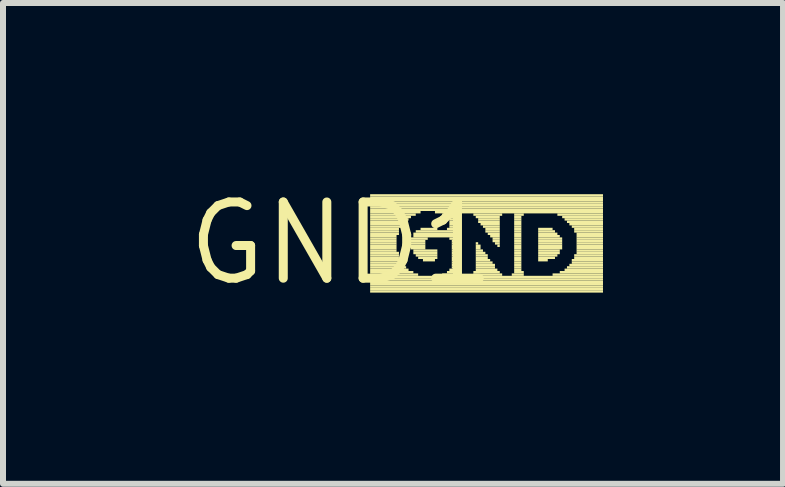
<source format=kicad_pcb>
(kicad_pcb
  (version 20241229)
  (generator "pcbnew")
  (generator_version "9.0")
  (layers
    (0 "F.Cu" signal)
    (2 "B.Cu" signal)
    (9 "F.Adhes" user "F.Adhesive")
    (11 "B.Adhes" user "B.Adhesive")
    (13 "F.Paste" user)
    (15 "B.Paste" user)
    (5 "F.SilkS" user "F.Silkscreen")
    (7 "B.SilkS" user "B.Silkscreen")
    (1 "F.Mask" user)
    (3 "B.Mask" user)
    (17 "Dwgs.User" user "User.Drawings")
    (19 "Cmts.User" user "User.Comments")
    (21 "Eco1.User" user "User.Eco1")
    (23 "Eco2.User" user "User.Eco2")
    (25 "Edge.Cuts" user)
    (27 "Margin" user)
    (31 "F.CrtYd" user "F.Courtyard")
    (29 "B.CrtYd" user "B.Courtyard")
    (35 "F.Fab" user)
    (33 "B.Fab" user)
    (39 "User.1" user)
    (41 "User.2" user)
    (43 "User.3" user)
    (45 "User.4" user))
  (footprint "GND1"
    (layer "F.Cu")
    (at 2.638 1.006)
    (property "Reference" "GND1" (at 0 0 0) (layer "F.SilkS") (effects (font (size 1.27 1.27) (thickness 0.15))))
    (attr through_hole)
    (fp_poly (pts (xy 0.48 -0.78) (xy 4.36 -0.78) (xy 4.36 -0.82) (xy 0.48 -0.82)) (stroke (width 0) (type solid)) (fill yes) (layer "F.SilkS"))
    (fp_poly (pts (xy 0.48 -0.74) (xy 4.36 -0.74) (xy 4.36 -0.78) (xy 0.48 -0.78)) (stroke (width 0) (type solid)) (fill yes) (layer "F.SilkS"))
    (fp_poly (pts (xy 0.48 -0.7) (xy 4.36 -0.7) (xy 4.36 -0.74) (xy 0.48 -0.74)) (stroke (width 0) (type solid)) (fill yes) (layer "F.SilkS"))
    (fp_poly (pts (xy 0.48 -0.66) (xy 4.36 -0.66) (xy 4.36 -0.7) (xy 0.48 -0.7)) (stroke (width 0) (type solid)) (fill yes) (layer "F.SilkS"))
    (fp_poly (pts (xy 0.48 -0.62) (xy 4.36 -0.62) (xy 4.36 -0.66) (xy 0.48 -0.66)) (stroke (width 0) (type solid)) (fill yes) (layer "F.SilkS"))
    (fp_poly (pts (xy 0.48 -0.58) (xy 4.36 -0.58) (xy 4.36 -0.62) (xy 0.48 -0.62)) (stroke (width 0) (type solid)) (fill yes) (layer "F.SilkS"))
    (fp_poly (pts (xy 0.48 -0.54) (xy 4.36 -0.54) (xy 4.36 -0.58) (xy 0.48 -0.58)) (stroke (width 0) (type solid)) (fill yes) (layer "F.SilkS"))
    (fp_poly (pts (xy 0.48 -0.5) (xy 1.32 -0.5) (xy 1.32 -0.54) (xy 0.48 -0.54)) (stroke (width 0) (type solid)) (fill yes) (layer "F.SilkS"))
    (fp_poly (pts (xy 0.48 -0.46) (xy 1.24 -0.46) (xy 1.24 -0.5) (xy 0.48 -0.5)) (stroke (width 0) (type solid)) (fill yes) (layer "F.SilkS"))
    (fp_poly (pts (xy 0.48 -0.42) (xy 1.16 -0.42) (xy 1.16 -0.46) (xy 0.48 -0.46)) (stroke (width 0) (type solid)) (fill yes) (layer "F.SilkS"))
    (fp_poly (pts (xy 0.48 -0.38) (xy 1.12 -0.38) (xy 1.12 -0.42) (xy 0.48 -0.42)) (stroke (width 0) (type solid)) (fill yes) (layer "F.SilkS"))
    (fp_poly (pts (xy 0.48 -0.34) (xy 1.04 -0.34) (xy 1.04 -0.38) (xy 0.48 -0.38)) (stroke (width 0) (type solid)) (fill yes) (layer "F.SilkS"))
    (fp_poly (pts (xy 0.48 -0.3) (xy 1.04 -0.3) (xy 1.04 -0.34) (xy 0.48 -0.34)) (stroke (width 0) (type solid)) (fill yes) (layer "F.SilkS"))
    (fp_poly (pts (xy 0.48 -0.26) (xy 1 -0.26) (xy 1 -0.3) (xy 0.48 -0.3)) (stroke (width 0) (type solid)) (fill yes) (layer "F.SilkS"))
    (fp_poly (pts (xy 0.48 -0.22) (xy 0.96 -0.22) (xy 0.96 -0.26) (xy 0.48 -0.26)) (stroke (width 0) (type solid)) (fill yes) (layer "F.SilkS"))
    (fp_poly (pts (xy 0.48 -0.18) (xy 0.96 -0.18) (xy 0.96 -0.22) (xy 0.48 -0.22)) (stroke (width 0) (type solid)) (fill yes) (layer "F.SilkS"))
    (fp_poly (pts (xy 0.48 -0.14) (xy 0.96 -0.14) (xy 0.96 -0.18) (xy 0.48 -0.18)) (stroke (width 0) (type solid)) (fill yes) (layer "F.SilkS"))
    (fp_poly (pts (xy 0.48 -0.1) (xy 0.92 -0.1) (xy 0.92 -0.14) (xy 0.48 -0.14)) (stroke (width 0) (type solid)) (fill yes) (layer "F.SilkS"))
    (fp_poly (pts (xy 0.48 -0.06) (xy 0.92 -0.06) (xy 0.92 -0.1) (xy 0.48 -0.1)) (stroke (width 0) (type solid)) (fill yes) (layer "F.SilkS"))
    (fp_poly (pts (xy 0.48 -0.02) (xy 0.92 -0.02) (xy 0.92 -0.06) (xy 0.48 -0.06)) (stroke (width 0) (type solid)) (fill yes) (layer "F.SilkS"))
    (fp_poly (pts (xy 0.48 0.02) (xy 0.92 0.02) (xy 0.92 -0.02) (xy 0.48 -0.02)) (stroke (width 0) (type solid)) (fill yes) (layer "F.SilkS"))
    (fp_poly (pts (xy 0.48 0.06) (xy 0.92 0.06) (xy 0.92 0.02) (xy 0.48 0.02)) (stroke (width 0) (type solid)) (fill yes) (layer "F.SilkS"))
    (fp_poly (pts (xy 0.48 0.1) (xy 0.92 0.1) (xy 0.92 0.06) (xy 0.48 0.06)) (stroke (width 0) (type solid)) (fill yes) (layer "F.SilkS"))
    (fp_poly (pts (xy 0.48 0.14) (xy 0.92 0.14) (xy 0.92 0.1) (xy 0.48 0.1)) (stroke (width 0) (type solid)) (fill yes) (layer "F.SilkS"))
    (fp_poly (pts (xy 0.48 0.18) (xy 0.96 0.18) (xy 0.96 0.14) (xy 0.48 0.14)) (stroke (width 0) (type solid)) (fill yes) (layer "F.SilkS"))
    (fp_poly (pts (xy 0.48 0.22) (xy 0.96 0.22) (xy 0.96 0.18) (xy 0.48 0.18)) (stroke (width 0) (type solid)) (fill yes) (layer "F.SilkS"))
    (fp_poly (pts (xy 0.48 0.26) (xy 0.96 0.26) (xy 0.96 0.22) (xy 0.48 0.22)) (stroke (width 0) (type solid)) (fill yes) (layer "F.SilkS"))
    (fp_poly (pts (xy 0.48 0.3) (xy 1 0.3) (xy 1 0.26) (xy 0.48 0.26)) (stroke (width 0) (type solid)) (fill yes) (layer "F.SilkS"))
    (fp_poly (pts (xy 0.48 0.34) (xy 1 0.34) (xy 1 0.3) (xy 0.48 0.3)) (stroke (width 0) (type solid)) (fill yes) (layer "F.SilkS"))
    (fp_poly (pts (xy 0.48 0.38) (xy 1.04 0.38) (xy 1.04 0.34) (xy 0.48 0.34)) (stroke (width 0) (type solid)) (fill yes) (layer "F.SilkS"))
    (fp_poly (pts (xy 0.48 0.42) (xy 1.08 0.42) (xy 1.08 0.38) (xy 0.48 0.38)) (stroke (width 0) (type solid)) (fill yes) (layer "F.SilkS"))
    (fp_poly (pts (xy 0.48 0.46) (xy 1.12 0.46) (xy 1.12 0.42) (xy 0.48 0.42)) (stroke (width 0) (type solid)) (fill yes) (layer "F.SilkS"))
    (fp_poly (pts (xy 0.48 0.5) (xy 1.2 0.5) (xy 1.2 0.46) (xy 0.48 0.46)) (stroke (width 0) (type solid)) (fill yes) (layer "F.SilkS"))
    (fp_poly (pts (xy 0.48 0.54) (xy 1.28 0.54) (xy 1.28 0.5) (xy 0.48 0.5)) (stroke (width 0) (type solid)) (fill yes) (layer "F.SilkS"))
    (fp_poly (pts (xy 0.48 0.58) (xy 4.36 0.58) (xy 4.36 0.54) (xy 0.48 0.54)) (stroke (width 0) (type solid)) (fill yes) (layer "F.SilkS"))
    (fp_poly (pts (xy 0.48 0.62) (xy 4.36 0.62) (xy 4.36 0.58) (xy 0.48 0.58)) (stroke (width 0) (type solid)) (fill yes) (layer "F.SilkS"))
    (fp_poly (pts (xy 0.48 0.66) (xy 4.36 0.66) (xy 4.36 0.62) (xy 0.48 0.62)) (stroke (width 0) (type solid)) (fill yes) (layer "F.SilkS"))
    (fp_poly (pts (xy 0.48 0.7) (xy 4.36 0.7) (xy 4.36 0.66) (xy 0.48 0.66)) (stroke (width 0) (type solid)) (fill yes) (layer "F.SilkS"))
    (fp_poly (pts (xy 0.48 0.74) (xy 4.36 0.74) (xy 4.36 0.7) (xy 0.48 0.7)) (stroke (width 0) (type solid)) (fill yes) (layer "F.SilkS"))
    (fp_poly (pts (xy 0.48 0.78) (xy 4.36 0.78) (xy 4.36 0.74) (xy 0.48 0.74)) (stroke (width 0) (type solid)) (fill yes) (layer "F.SilkS"))
    (fp_poly (pts (xy 0.48 0.82) (xy 4.36 0.82) (xy 4.36 0.78) (xy 0.48 0.78)) (stroke (width 0) (type solid)) (fill yes) (layer "F.SilkS"))
    (fp_poly (pts (xy 1.16 -0.06) (xy 1.44 -0.06) (xy 1.44 -0.1) (xy 1.16 -0.1)) (stroke (width 0) (type solid)) (fill yes) (layer "F.SilkS"))
    (fp_poly (pts (xy 1.16 -0.02) (xy 1.4 -0.02) (xy 1.4 -0.06) (xy 1.16 -0.06)) (stroke (width 0) (type solid)) (fill yes) (layer "F.SilkS"))
    (fp_poly (pts (xy 1.16 0.02) (xy 1.4 0.02) (xy 1.4 -0.02) (xy 1.16 -0.02)) (stroke (width 0) (type solid)) (fill yes) (layer "F.SilkS"))
    (fp_poly (pts (xy 1.16 0.06) (xy 1.4 0.06) (xy 1.4 0.02) (xy 1.16 0.02)) (stroke (width 0) (type solid)) (fill yes) (layer "F.SilkS"))
    (fp_poly (pts (xy 1.16 0.1) (xy 1.4 0.1) (xy 1.4 0.06) (xy 1.16 0.06)) (stroke (width 0) (type solid)) (fill yes) (layer "F.SilkS"))
    (fp_poly (pts (xy 1.2 -0.14) (xy 1.96 -0.14) (xy 1.96 -0.18) (xy 1.2 -0.18)) (stroke (width 0) (type solid)) (fill yes) (layer "F.SilkS"))
    (fp_poly (pts (xy 1.2 -0.1) (xy 1.96 -0.1) (xy 1.96 -0.14) (xy 1.2 -0.14)) (stroke (width 0) (type solid)) (fill yes) (layer "F.SilkS"))
    (fp_poly (pts (xy 1.2 0.14) (xy 1.6 0.14) (xy 1.6 0.1) (xy 1.2 0.1)) (stroke (width 0) (type solid)) (fill yes) (layer "F.SilkS"))
    (fp_poly (pts (xy 1.2 0.18) (xy 1.6 0.18) (xy 1.6 0.14) (xy 1.2 0.14)) (stroke (width 0) (type solid)) (fill yes) (layer "F.SilkS"))
    (fp_poly (pts (xy 1.24 -0.18) (xy 1.96 -0.18) (xy 1.96 -0.22) (xy 1.24 -0.22)) (stroke (width 0) (type solid)) (fill yes) (layer "F.SilkS"))
    (fp_poly (pts (xy 1.24 0.22) (xy 1.6 0.22) (xy 1.6 0.18) (xy 1.24 0.18)) (stroke (width 0) (type solid)) (fill yes) (layer "F.SilkS"))
    (fp_poly (pts (xy 1.28 0.26) (xy 1.6 0.26) (xy 1.6 0.22) (xy 1.28 0.22)) (stroke (width 0) (type solid)) (fill yes) (layer "F.SilkS"))
    (fp_poly (pts (xy 1.32 -0.22) (xy 1.6 -0.22) (xy 1.6 -0.26) (xy 1.32 -0.26)) (stroke (width 0) (type solid)) (fill yes) (layer "F.SilkS"))
    (fp_poly (pts (xy 1.36 0.3) (xy 1.56 0.3) (xy 1.56 0.26) (xy 1.36 0.26)) (stroke (width 0) (type solid)) (fill yes) (layer "F.SilkS"))
    (fp_poly (pts (xy 1.56 -0.5) (xy 4.36 -0.5) (xy 4.36 -0.54) (xy 1.56 -0.54)) (stroke (width 0) (type solid)) (fill yes) (layer "F.SilkS"))
    (fp_poly (pts (xy 1.68 -0.46) (xy 2 -0.46) (xy 2 -0.5) (xy 1.68 -0.5)) (stroke (width 0) (type solid)) (fill yes) (layer "F.SilkS"))
    (fp_poly (pts (xy 1.68 0.54) (xy 2 0.54) (xy 2 0.5) (xy 1.68 0.5)) (stroke (width 0) (type solid)) (fill yes) (layer "F.SilkS"))
    (fp_poly (pts (xy 1.76 -0.42) (xy 1.96 -0.42) (xy 1.96 -0.46) (xy 1.76 -0.46)) (stroke (width 0) (type solid)) (fill yes) (layer "F.SilkS"))
    (fp_poly (pts (xy 1.76 -0.22) (xy 1.96 -0.22) (xy 1.96 -0.26) (xy 1.76 -0.26)) (stroke (width 0) (type solid)) (fill yes) (layer "F.SilkS"))
    (fp_poly (pts (xy 1.76 0.5) (xy 2 0.5) (xy 2 0.46) (xy 1.76 0.46)) (stroke (width 0) (type solid)) (fill yes) (layer "F.SilkS"))
    (fp_poly (pts (xy 1.8 -0.38) (xy 1.96 -0.38) (xy 1.96 -0.42) (xy 1.8 -0.42)) (stroke (width 0) (type solid)) (fill yes) (layer "F.SilkS"))
    (fp_poly (pts (xy 1.8 -0.34) (xy 1.96 -0.34) (xy 1.96 -0.38) (xy 1.8 -0.38)) (stroke (width 0) (type solid)) (fill yes) (layer "F.SilkS"))
    (fp_poly (pts (xy 1.8 -0.3) (xy 1.96 -0.3) (xy 1.96 -0.34) (xy 1.8 -0.34)) (stroke (width 0) (type solid)) (fill yes) (layer "F.SilkS"))
    (fp_poly (pts (xy 1.8 -0.26) (xy 1.96 -0.26) (xy 1.96 -0.3) (xy 1.8 -0.3)) (stroke (width 0) (type solid)) (fill yes) (layer "F.SilkS"))
    (fp_poly (pts (xy 1.8 -0.06) (xy 1.96 -0.06) (xy 1.96 -0.1) (xy 1.8 -0.1)) (stroke (width 0) (type solid)) (fill yes) (layer "F.SilkS"))
    (fp_poly (pts (xy 1.8 0.46) (xy 1.96 0.46) (xy 1.96 0.42) (xy 1.8 0.42)) (stroke (width 0) (type solid)) (fill yes) (layer "F.SilkS"))
    (fp_poly (pts (xy 1.84 -0.02) (xy 1.96 -0.02) (xy 1.96 -0.06) (xy 1.84 -0.06)) (stroke (width 0) (type solid)) (fill yes) (layer "F.SilkS"))
    (fp_poly (pts (xy 1.84 0.02) (xy 1.96 0.02) (xy 1.96 -0.02) (xy 1.84 -0.02)) (stroke (width 0) (type solid)) (fill yes) (layer "F.SilkS"))
    (fp_poly (pts (xy 1.84 0.06) (xy 1.96 0.06) (xy 1.96 0.02) (xy 1.84 0.02)) (stroke (width 0) (type solid)) (fill yes) (layer "F.SilkS"))
    (fp_poly (pts (xy 1.84 0.1) (xy 1.96 0.1) (xy 1.96 0.06) (xy 1.84 0.06)) (stroke (width 0) (type solid)) (fill yes) (layer "F.SilkS"))
    (fp_poly (pts (xy 1.84 0.14) (xy 1.96 0.14) (xy 1.96 0.1) (xy 1.84 0.1)) (stroke (width 0) (type solid)) (fill yes) (layer "F.SilkS"))
    (fp_poly (pts (xy 1.84 0.18) (xy 1.96 0.18) (xy 1.96 0.14) (xy 1.84 0.14)) (stroke (width 0) (type solid)) (fill yes) (layer "F.SilkS"))
    (fp_poly (pts (xy 1.84 0.22) (xy 1.96 0.22) (xy 1.96 0.18) (xy 1.84 0.18)) (stroke (width 0) (type solid)) (fill yes) (layer "F.SilkS"))
    (fp_poly (pts (xy 1.84 0.26) (xy 1.96 0.26) (xy 1.96 0.22) (xy 1.84 0.22)) (stroke (width 0) (type solid)) (fill yes) (layer "F.SilkS"))
    (fp_poly (pts (xy 1.84 0.3) (xy 1.96 0.3) (xy 1.96 0.26) (xy 1.84 0.26)) (stroke (width 0) (type solid)) (fill yes) (layer "F.SilkS"))
    (fp_poly (pts (xy 1.84 0.34) (xy 1.96 0.34) (xy 1.96 0.3) (xy 1.84 0.3)) (stroke (width 0) (type solid)) (fill yes) (layer "F.SilkS"))
    (fp_poly (pts (xy 1.84 0.38) (xy 1.96 0.38) (xy 1.96 0.34) (xy 1.84 0.34)) (stroke (width 0) (type solid)) (fill yes) (layer "F.SilkS"))
    (fp_poly (pts (xy 1.84 0.42) (xy 1.96 0.42) (xy 1.96 0.38) (xy 1.84 0.38)) (stroke (width 0) (type solid)) (fill yes) (layer "F.SilkS"))
    (fp_poly (pts (xy 2.2 -0.46) (xy 2.68 -0.46) (xy 2.68 -0.5) (xy 2.2 -0.5)) (stroke (width 0) (type solid)) (fill yes) (layer "F.SilkS"))
    (fp_poly (pts (xy 2.2 0.5) (xy 2.64 0.5) (xy 2.64 0.46) (xy 2.2 0.46)) (stroke (width 0) (type solid)) (fill yes) (layer "F.SilkS"))
    (fp_poly (pts (xy 2.2 0.54) (xy 2.68 0.54) (xy 2.68 0.5) (xy 2.2 0.5)) (stroke (width 0) (type solid)) (fill yes) (layer "F.SilkS"))
    (fp_poly (pts (xy 2.24 -0.42) (xy 2.64 -0.42) (xy 2.64 -0.46) (xy 2.24 -0.46)) (stroke (width 0) (type solid)) (fill yes) (layer "F.SilkS"))
    (fp_poly (pts (xy 2.24 0.02) (xy 2.28 0.02) (xy 2.28 -0.02) (xy 2.24 -0.02)) (stroke (width 0) (type solid)) (fill yes) (layer "F.SilkS"))
    (fp_poly (pts (xy 2.24 0.06) (xy 2.32 0.06) (xy 2.32 0.02) (xy 2.24 0.02)) (stroke (width 0) (type solid)) (fill yes) (layer "F.SilkS"))
    (fp_poly (pts (xy 2.24 0.1) (xy 2.32 0.1) (xy 2.32 0.06) (xy 2.24 0.06)) (stroke (width 0) (type solid)) (fill yes) (layer "F.SilkS"))
    (fp_poly (pts (xy 2.24 0.14) (xy 2.36 0.14) (xy 2.36 0.1) (xy 2.24 0.1)) (stroke (width 0) (type solid)) (fill yes) (layer "F.SilkS"))
    (fp_poly (pts (xy 2.24 0.18) (xy 2.4 0.18) (xy 2.4 0.14) (xy 2.24 0.14)) (stroke (width 0) (type solid)) (fill yes) (layer "F.SilkS"))
    (fp_poly (pts (xy 2.24 0.22) (xy 2.44 0.22) (xy 2.44 0.18) (xy 2.24 0.18)) (stroke (width 0) (type solid)) (fill yes) (layer "F.SilkS"))
    (fp_poly (pts (xy 2.24 0.26) (xy 2.44 0.26) (xy 2.44 0.22) (xy 2.24 0.22)) (stroke (width 0) (type solid)) (fill yes) (layer "F.SilkS"))
    (fp_poly (pts (xy 2.24 0.3) (xy 2.48 0.3) (xy 2.48 0.26) (xy 2.24 0.26)) (stroke (width 0) (type solid)) (fill yes) (layer "F.SilkS"))
    (fp_poly (pts (xy 2.24 0.34) (xy 2.52 0.34) (xy 2.52 0.3) (xy 2.24 0.3)) (stroke (width 0) (type solid)) (fill yes) (layer "F.SilkS"))
    (fp_poly (pts (xy 2.24 0.38) (xy 2.56 0.38) (xy 2.56 0.34) (xy 2.24 0.34)) (stroke (width 0) (type solid)) (fill yes) (layer "F.SilkS"))
    (fp_poly (pts (xy 2.24 0.42) (xy 2.56 0.42) (xy 2.56 0.38) (xy 2.24 0.38)) (stroke (width 0) (type solid)) (fill yes) (layer "F.SilkS"))
    (fp_poly (pts (xy 2.24 0.46) (xy 2.6 0.46) (xy 2.6 0.42) (xy 2.24 0.42)) (stroke (width 0) (type solid)) (fill yes) (layer "F.SilkS"))
    (fp_poly (pts (xy 2.28 -0.38) (xy 2.64 -0.38) (xy 2.64 -0.42) (xy 2.28 -0.42)) (stroke (width 0) (type solid)) (fill yes) (layer "F.SilkS"))
    (fp_poly (pts (xy 2.28 -0.34) (xy 2.64 -0.34) (xy 2.64 -0.38) (xy 2.28 -0.38)) (stroke (width 0) (type solid)) (fill yes) (layer "F.SilkS"))
    (fp_poly (pts (xy 2.32 -0.3) (xy 2.64 -0.3) (xy 2.64 -0.34) (xy 2.32 -0.34)) (stroke (width 0) (type solid)) (fill yes) (layer "F.SilkS"))
    (fp_poly (pts (xy 2.36 -0.26) (xy 2.64 -0.26) (xy 2.64 -0.3) (xy 2.36 -0.3)) (stroke (width 0) (type solid)) (fill yes) (layer "F.SilkS"))
    (fp_poly (pts (xy 2.4 -0.22) (xy 2.64 -0.22) (xy 2.64 -0.26) (xy 2.4 -0.26)) (stroke (width 0) (type solid)) (fill yes) (layer "F.SilkS"))
    (fp_poly (pts (xy 2.4 -0.18) (xy 2.64 -0.18) (xy 2.64 -0.22) (xy 2.4 -0.22)) (stroke (width 0) (type solid)) (fill yes) (layer "F.SilkS"))
    (fp_poly (pts (xy 2.44 -0.14) (xy 2.64 -0.14) (xy 2.64 -0.18) (xy 2.44 -0.18)) (stroke (width 0) (type solid)) (fill yes) (layer "F.SilkS"))
    (fp_poly (pts (xy 2.48 -0.1) (xy 2.64 -0.1) (xy 2.64 -0.14) (xy 2.48 -0.14)) (stroke (width 0) (type solid)) (fill yes) (layer "F.SilkS"))
    (fp_poly (pts (xy 2.52 -0.06) (xy 2.64 -0.06) (xy 2.64 -0.1) (xy 2.52 -0.1)) (stroke (width 0) (type solid)) (fill yes) (layer "F.SilkS"))
    (fp_poly (pts (xy 2.52 -0.02) (xy 2.64 -0.02) (xy 2.64 -0.06) (xy 2.52 -0.06)) (stroke (width 0) (type solid)) (fill yes) (layer "F.SilkS"))
    (fp_poly (pts (xy 2.56 0.02) (xy 2.64 0.02) (xy 2.64 -0.02) (xy 2.56 -0.02)) (stroke (width 0) (type solid)) (fill yes) (layer "F.SilkS"))
    (fp_poly (pts (xy 2.6 0.06) (xy 2.64 0.06) (xy 2.64 0.02) (xy 2.6 0.02)) (stroke (width 0) (type solid)) (fill yes) (layer "F.SilkS"))
    (fp_poly (pts (xy 2.84 0.54) (xy 3.04 0.54) (xy 3.04 0.5) (xy 2.84 0.5)) (stroke (width 0) (type solid)) (fill yes) (layer "F.SilkS"))
    (fp_poly (pts (xy 2.88 -0.46) (xy 3.04 -0.46) (xy 3.04 -0.5) (xy 2.88 -0.5)) (stroke (width 0) (type solid)) (fill yes) (layer "F.SilkS"))
    (fp_poly (pts (xy 2.88 -0.42) (xy 3 -0.42) (xy 3 -0.46) (xy 2.88 -0.46)) (stroke (width 0) (type solid)) (fill yes) (layer "F.SilkS"))
    (fp_poly (pts (xy 2.88 -0.38) (xy 3 -0.38) (xy 3 -0.42) (xy 2.88 -0.42)) (stroke (width 0) (type solid)) (fill yes) (layer "F.SilkS"))
    (fp_poly (pts (xy 2.88 -0.34) (xy 3 -0.34) (xy 3 -0.38) (xy 2.88 -0.38)) (stroke (width 0) (type solid)) (fill yes) (layer "F.SilkS"))
    (fp_poly (pts (xy 2.88 -0.3) (xy 3 -0.3) (xy 3 -0.34) (xy 2.88 -0.34)) (stroke (width 0) (type solid)) (fill yes) (layer "F.SilkS"))
    (fp_poly (pts (xy 2.88 -0.26) (xy 3 -0.26) (xy 3 -0.3) (xy 2.88 -0.3)) (stroke (width 0) (type solid)) (fill yes) (layer "F.SilkS"))
    (fp_poly (pts (xy 2.88 -0.22) (xy 3 -0.22) (xy 3 -0.26) (xy 2.88 -0.26)) (stroke (width 0) (type solid)) (fill yes) (layer "F.SilkS"))
    (fp_poly (pts (xy 2.88 -0.18) (xy 3 -0.18) (xy 3 -0.22) (xy 2.88 -0.22)) (stroke (width 0) (type solid)) (fill yes) (layer "F.SilkS"))
    (fp_poly (pts (xy 2.88 -0.14) (xy 3 -0.14) (xy 3 -0.18) (xy 2.88 -0.18)) (stroke (width 0) (type solid)) (fill yes) (layer "F.SilkS"))
    (fp_poly (pts (xy 2.88 -0.1) (xy 3 -0.1) (xy 3 -0.14) (xy 2.88 -0.14)) (stroke (width 0) (type solid)) (fill yes) (layer "F.SilkS"))
    (fp_poly (pts (xy 2.88 -0.06) (xy 3 -0.06) (xy 3 -0.1) (xy 2.88 -0.1)) (stroke (width 0) (type solid)) (fill yes) (layer "F.SilkS"))
    (fp_poly (pts (xy 2.88 -0.02) (xy 3 -0.02) (xy 3 -0.06) (xy 2.88 -0.06)) (stroke (width 0) (type solid)) (fill yes) (layer "F.SilkS"))
    (fp_poly (pts (xy 2.88 0.02) (xy 3 0.02) (xy 3 -0.02) (xy 2.88 -0.02)) (stroke (width 0) (type solid)) (fill yes) (layer "F.SilkS"))
    (fp_poly (pts (xy 2.88 0.06) (xy 3 0.06) (xy 3 0.02) (xy 2.88 0.02)) (stroke (width 0) (type solid)) (fill yes) (layer "F.SilkS"))
    (fp_poly (pts (xy 2.88 0.1) (xy 3 0.1) (xy 3 0.06) (xy 2.88 0.06)) (stroke (width 0) (type solid)) (fill yes) (layer "F.SilkS"))
    (fp_poly (pts (xy 2.88 0.14) (xy 3 0.14) (xy 3 0.1) (xy 2.88 0.1)) (stroke (width 0) (type solid)) (fill yes) (layer "F.SilkS"))
    (fp_poly (pts (xy 2.88 0.18) (xy 3 0.18) (xy 3 0.14) (xy 2.88 0.14)) (stroke (width 0) (type solid)) (fill yes) (layer "F.SilkS"))
    (fp_poly (pts (xy 2.88 0.22) (xy 3 0.22) (xy 3 0.18) (xy 2.88 0.18)) (stroke (width 0) (type solid)) (fill yes) (layer "F.SilkS"))
    (fp_poly (pts (xy 2.88 0.26) (xy 3 0.26) (xy 3 0.22) (xy 2.88 0.22)) (stroke (width 0) (type solid)) (fill yes) (layer "F.SilkS"))
    (fp_poly (pts (xy 2.88 0.3) (xy 3 0.3) (xy 3 0.26) (xy 2.88 0.26)) (stroke (width 0) (type solid)) (fill yes) (layer "F.SilkS"))
    (fp_poly (pts (xy 2.88 0.34) (xy 3 0.34) (xy 3 0.3) (xy 2.88 0.3)) (stroke (width 0) (type solid)) (fill yes) (layer "F.SilkS"))
    (fp_poly (pts (xy 2.88 0.38) (xy 3 0.38) (xy 3 0.34) (xy 2.88 0.34)) (stroke (width 0) (type solid)) (fill yes) (layer "F.SilkS"))
    (fp_poly (pts (xy 2.88 0.42) (xy 3 0.42) (xy 3 0.38) (xy 2.88 0.38)) (stroke (width 0) (type solid)) (fill yes) (layer "F.SilkS"))
    (fp_poly (pts (xy 2.88 0.46) (xy 3 0.46) (xy 3 0.42) (xy 2.88 0.42)) (stroke (width 0) (type solid)) (fill yes) (layer "F.SilkS"))
    (fp_poly (pts (xy 2.88 0.5) (xy 3.04 0.5) (xy 3.04 0.46) (xy 2.88 0.46)) (stroke (width 0) (type solid)) (fill yes) (layer "F.SilkS"))
    (fp_poly (pts (xy 3.28 -0.22) (xy 3.52 -0.22) (xy 3.52 -0.26) (xy 3.28 -0.26)) (stroke (width 0) (type solid)) (fill yes) (layer "F.SilkS"))
    (fp_poly (pts (xy 3.28 -0.18) (xy 3.56 -0.18) (xy 3.56 -0.22) (xy 3.28 -0.22)) (stroke (width 0) (type solid)) (fill yes) (layer "F.SilkS"))
    (fp_poly (pts (xy 3.28 -0.14) (xy 3.6 -0.14) (xy 3.6 -0.18) (xy 3.28 -0.18)) (stroke (width 0) (type solid)) (fill yes) (layer "F.SilkS"))
    (fp_poly (pts (xy 3.28 -0.1) (xy 3.64 -0.1) (xy 3.64 -0.14) (xy 3.28 -0.14)) (stroke (width 0) (type solid)) (fill yes) (layer "F.SilkS"))
    (fp_poly (pts (xy 3.28 -0.06) (xy 3.68 -0.06) (xy 3.68 -0.1) (xy 3.28 -0.1)) (stroke (width 0) (type solid)) (fill yes) (layer "F.SilkS"))
    (fp_poly (pts (xy 3.28 -0.02) (xy 3.68 -0.02) (xy 3.68 -0.06) (xy 3.28 -0.06)) (stroke (width 0) (type solid)) (fill yes) (layer "F.SilkS"))
    (fp_poly (pts (xy 3.28 0.02) (xy 3.68 0.02) (xy 3.68 -0.02) (xy 3.28 -0.02)) (stroke (width 0) (type solid)) (fill yes) (layer "F.SilkS"))
    (fp_poly (pts (xy 3.28 0.06) (xy 3.68 0.06) (xy 3.68 0.02) (xy 3.28 0.02)) (stroke (width 0) (type solid)) (fill yes) (layer "F.SilkS"))
    (fp_poly (pts (xy 3.28 0.1) (xy 3.68 0.1) (xy 3.68 0.06) (xy 3.28 0.06)) (stroke (width 0) (type solid)) (fill yes) (layer "F.SilkS"))
    (fp_poly (pts (xy 3.28 0.14) (xy 3.64 0.14) (xy 3.64 0.1) (xy 3.28 0.1)) (stroke (width 0) (type solid)) (fill yes) (layer "F.SilkS"))
    (fp_poly (pts (xy 3.28 0.18) (xy 3.64 0.18) (xy 3.64 0.14) (xy 3.28 0.14)) (stroke (width 0) (type solid)) (fill yes) (layer "F.SilkS"))
    (fp_poly (pts (xy 3.28 0.22) (xy 3.6 0.22) (xy 3.6 0.18) (xy 3.28 0.18)) (stroke (width 0) (type solid)) (fill yes) (layer "F.SilkS"))
    (fp_poly (pts (xy 3.28 0.26) (xy 3.56 0.26) (xy 3.56 0.22) (xy 3.28 0.22)) (stroke (width 0) (type solid)) (fill yes) (layer "F.SilkS"))
    (fp_poly (pts (xy 3.28 0.3) (xy 3.44 0.3) (xy 3.44 0.26) (xy 3.28 0.26)) (stroke (width 0) (type solid)) (fill yes) (layer "F.SilkS"))
    (fp_poly (pts (xy 3.52 0.54) (xy 4.36 0.54) (xy 4.36 0.5) (xy 3.52 0.5)) (stroke (width 0) (type solid)) (fill yes) (layer "F.SilkS"))
    (fp_poly (pts (xy 3.6 -0.46) (xy 4.36 -0.46) (xy 4.36 -0.5) (xy 3.6 -0.5)) (stroke (width 0) (type solid)) (fill yes) (layer "F.SilkS"))
    (fp_poly (pts (xy 3.64 0.5) (xy 4.36 0.5) (xy 4.36 0.46) (xy 3.64 0.46)) (stroke (width 0) (type solid)) (fill yes) (layer "F.SilkS"))
    (fp_poly (pts (xy 3.68 -0.42) (xy 4.36 -0.42) (xy 4.36 -0.46) (xy 3.68 -0.46)) (stroke (width 0) (type solid)) (fill yes) (layer "F.SilkS"))
    (fp_poly (pts (xy 3.72 -0.38) (xy 4.36 -0.38) (xy 4.36 -0.42) (xy 3.72 -0.42)) (stroke (width 0) (type solid)) (fill yes) (layer "F.SilkS"))
    (fp_poly (pts (xy 3.72 0.46) (xy 4.36 0.46) (xy 4.36 0.42) (xy 3.72 0.42)) (stroke (width 0) (type solid)) (fill yes) (layer "F.SilkS"))
    (fp_poly (pts (xy 3.76 -0.34) (xy 4.36 -0.34) (xy 4.36 -0.38) (xy 3.76 -0.38)) (stroke (width 0) (type solid)) (fill yes) (layer "F.SilkS"))
    (fp_poly (pts (xy 3.76 0.42) (xy 4.36 0.42) (xy 4.36 0.38) (xy 3.76 0.38)) (stroke (width 0) (type solid)) (fill yes) (layer "F.SilkS"))
    (fp_poly (pts (xy 3.8 -0.3) (xy 4.36 -0.3) (xy 4.36 -0.34) (xy 3.8 -0.34)) (stroke (width 0) (type solid)) (fill yes) (layer "F.SilkS"))
    (fp_poly (pts (xy 3.8 0.38) (xy 4.36 0.38) (xy 4.36 0.34) (xy 3.8 0.34)) (stroke (width 0) (type solid)) (fill yes) (layer "F.SilkS"))
    (fp_poly (pts (xy 3.84 -0.26) (xy 4.36 -0.26) (xy 4.36 -0.3) (xy 3.84 -0.3)) (stroke (width 0) (type solid)) (fill yes) (layer "F.SilkS"))
    (fp_poly (pts (xy 3.84 0.3) (xy 4.36 0.3) (xy 4.36 0.26) (xy 3.84 0.26)) (stroke (width 0) (type solid)) (fill yes) (layer "F.SilkS"))
    (fp_poly (pts (xy 3.84 0.34) (xy 4.36 0.34) (xy 4.36 0.3) (xy 3.84 0.3)) (stroke (width 0) (type solid)) (fill yes) (layer "F.SilkS"))
    (fp_poly (pts (xy 3.88 -0.22) (xy 4.36 -0.22) (xy 4.36 -0.26) (xy 3.88 -0.26)) (stroke (width 0) (type solid)) (fill yes) (layer "F.SilkS"))
    (fp_poly (pts (xy 3.88 -0.18) (xy 4.36 -0.18) (xy 4.36 -0.22) (xy 3.88 -0.22)) (stroke (width 0) (type solid)) (fill yes) (layer "F.SilkS"))
    (fp_poly (pts (xy 3.88 0.22) (xy 4.36 0.22) (xy 4.36 0.18) (xy 3.88 0.18)) (stroke (width 0) (type solid)) (fill yes) (layer "F.SilkS"))
    (fp_poly (pts (xy 3.88 0.26) (xy 4.36 0.26) (xy 4.36 0.22) (xy 3.88 0.22)) (stroke (width 0) (type solid)) (fill yes) (layer "F.SilkS"))
    (fp_poly (pts (xy 3.92 -0.14) (xy 4.36 -0.14) (xy 4.36 -0.18) (xy 3.92 -0.18)) (stroke (width 0) (type solid)) (fill yes) (layer "F.SilkS"))
    (fp_poly (pts (xy 3.92 -0.1) (xy 4.36 -0.1) (xy 4.36 -0.14) (xy 3.92 -0.14)) (stroke (width 0) (type solid)) (fill yes) (layer "F.SilkS"))
    (fp_poly (pts (xy 3.92 -0.06) (xy 4.36 -0.06) (xy 4.36 -0.1) (xy 3.92 -0.1)) (stroke (width 0) (type solid)) (fill yes) (layer "F.SilkS"))
    (fp_poly (pts (xy 3.92 -0.02) (xy 4.36 -0.02) (xy 4.36 -0.06) (xy 3.92 -0.06)) (stroke (width 0) (type solid)) (fill yes) (layer "F.SilkS"))
    (fp_poly (pts (xy 3.92 0.02) (xy 4.36 0.02) (xy 4.36 -0.02) (xy 3.92 -0.02)) (stroke (width 0) (type solid)) (fill yes) (layer "F.SilkS"))
    (fp_poly (pts (xy 3.92 0.06) (xy 4.36 0.06) (xy 4.36 0.02) (xy 3.92 0.02)) (stroke (width 0) (type solid)) (fill yes) (layer "F.SilkS"))
    (fp_poly (pts (xy 3.92 0.1) (xy 4.36 0.1) (xy 4.36 0.06) (xy 3.92 0.06)) (stroke (width 0) (type solid)) (fill yes) (layer "F.SilkS"))
    (fp_poly (pts (xy 3.92 0.14) (xy 4.36 0.14) (xy 4.36 0.1) (xy 3.92 0.1)) (stroke (width 0) (type solid)) (fill yes) (layer "F.SilkS"))
    (fp_poly (pts (xy 3.92 0.18) (xy 4.36 0.18) (xy 4.36 0.14) (xy 3.92 0.14)) (stroke (width 0) (type solid)) (fill yes) (layer "F.SilkS")))
  (gr_rect
    (start -3 -3)
    (end 9.998 5.012)
    (stroke (width 0.1) (type default))
    (fill no)
    (layer "Edge.Cuts")))
</source>
